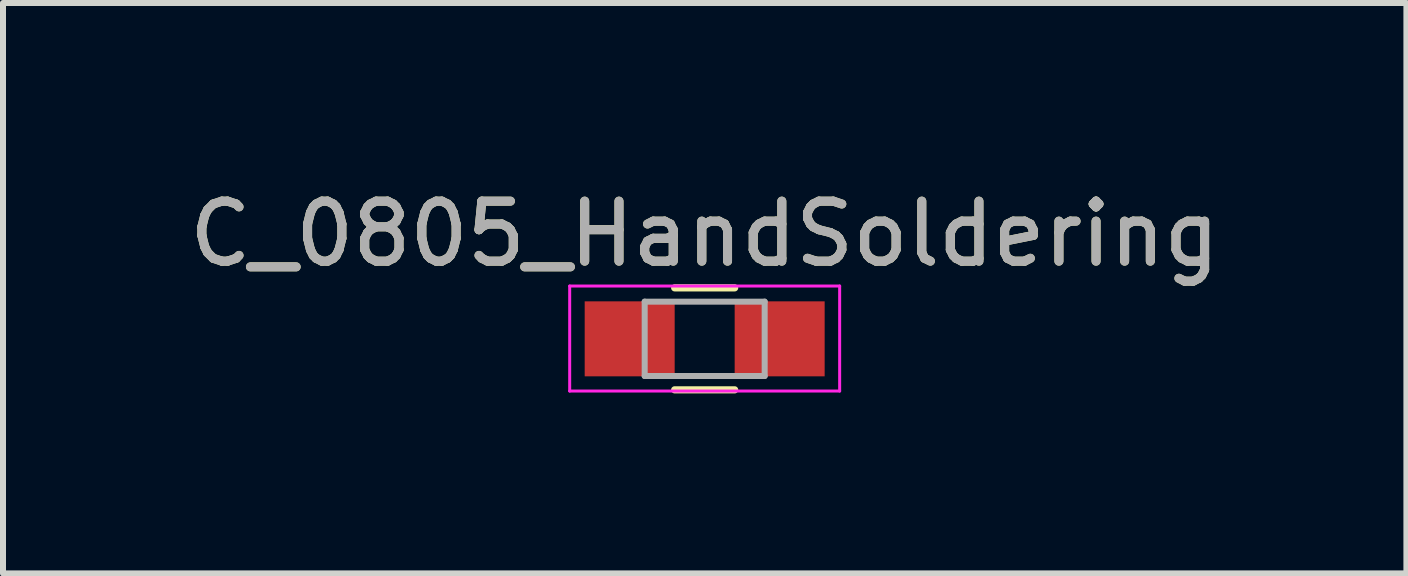
<source format=kicad_pcb>
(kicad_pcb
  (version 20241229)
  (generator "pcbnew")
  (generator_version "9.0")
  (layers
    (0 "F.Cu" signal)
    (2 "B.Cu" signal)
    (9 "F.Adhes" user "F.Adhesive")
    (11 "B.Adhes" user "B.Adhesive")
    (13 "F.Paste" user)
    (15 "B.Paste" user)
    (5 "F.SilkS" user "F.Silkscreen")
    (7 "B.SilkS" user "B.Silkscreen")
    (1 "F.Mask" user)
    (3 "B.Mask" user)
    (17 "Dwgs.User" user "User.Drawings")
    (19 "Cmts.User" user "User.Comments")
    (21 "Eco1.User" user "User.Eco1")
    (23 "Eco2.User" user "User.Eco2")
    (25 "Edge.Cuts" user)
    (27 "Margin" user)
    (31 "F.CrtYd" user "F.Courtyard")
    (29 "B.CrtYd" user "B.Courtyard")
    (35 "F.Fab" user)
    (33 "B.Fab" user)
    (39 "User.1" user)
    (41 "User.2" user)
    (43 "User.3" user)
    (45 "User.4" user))
  (footprint "C_0805_HandSoldering"
    (layer "F.Cu")
    (at 8.696 2.598)
    (property "Reference" "C_0805_HandSoldering" (at 0 -1.75 0) (layer "F.SilkS") (effects (font (size 1 1) (thickness 0.15))))
    (attr smd)
    (fp_line (start -0.5 0.85) (end 0.5 0.85) (stroke (width 0.12) (type solid)) (layer "F.SilkS"))
    (fp_line (start 0.5 -0.85) (end -0.5 -0.85) (stroke (width 0.12) (type solid)) (layer "F.SilkS"))
    (fp_line (start -2.25 -0.88) (end -2.25 0.87) (stroke (width 0.05) (type solid)) (layer "F.CrtYd"))
    (fp_line (start -2.25 -0.88) (end 2.25 -0.88) (stroke (width 0.05) (type solid)) (layer "F.CrtYd"))
    (fp_line (start 2.25 0.87) (end -2.25 0.87) (stroke (width 0.05) (type solid)) (layer "F.CrtYd"))
    (fp_line (start 2.25 0.87) (end 2.25 -0.88) (stroke (width 0.05) (type solid)) (layer "F.CrtYd"))
    (fp_line (start -1 -0.62) (end 1 -0.62) (stroke (width 0.1) (type solid)) (layer "F.Fab"))
    (fp_line (start -1 0.62) (end -1 -0.62) (stroke (width 0.1) (type solid)) (layer "F.Fab"))
    (fp_line (start 1 -0.62) (end 1 0.62) (stroke (width 0.1) (type solid)) (layer "F.Fab"))
    (fp_line (start 1 0.62) (end -1 0.62) (stroke (width 0.1) (type solid)) (layer "F.Fab"))
    (fp_text user "${REFERENCE}" (at 0 -1.75 0) (layer "F.Fab") (effects (font (size 1 1) (thickness 0.15))))
    (pad "1" smd rect (at -1.25 0) (size 1.5 1.25) (layers "F.Cu" "F.Mask" "F.Paste"))
    (pad "2" smd rect (at 1.25 0) (size 1.5 1.25) (layers "F.Cu" "F.Mask" "F.Paste")))
  (gr_rect
    (start -3 -3)
    (end 20.393 6.508)
    (stroke (width 0.1) (type default))
    (fill no)
    (layer "Edge.Cuts")))
</source>
